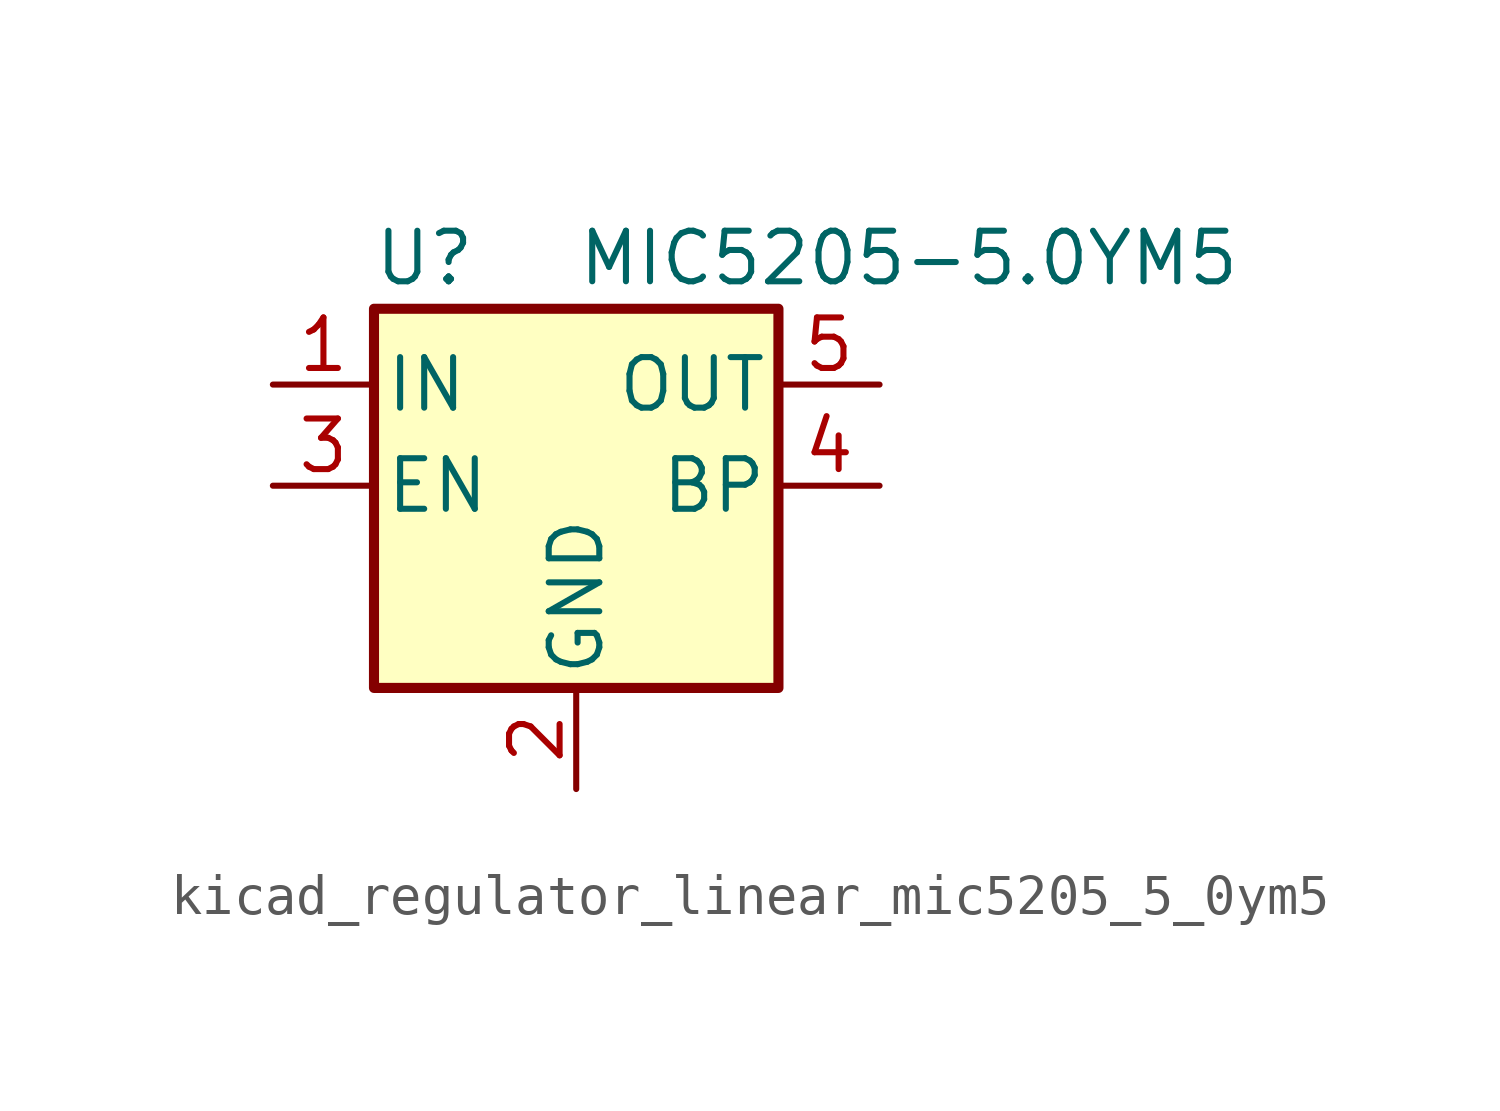
<source format=kicad_sym>
(kicad_symbol_lib
  (version 20220914)
  (generator kicad_symbol_editor)
  (symbol "kicad_regulator_linear_mic5205_5_0ym5"
    (pin_names
      (offset 0.254))
    (property "Reference" "U"
      (at -3.81 5.715 0)
      (effects (font (size 1.27 1.27))))
    (property "Value" "MIC5205-5.0YM5"
      (at 0 5.715 0)
      (effects (font (size 1.27 1.27)) (justify left)))
    (symbol "kicad_regulator_linear_mic5205_5_0ym5_0_1"
      (rectangle (start -5.08 4.445) (end 5.08 -5.08) (stroke (width 0.254) (type default)) (fill (type background))))
    (symbol "kicad_regulator_linear_mic5205_5_0ym5_1_1"
      (pin power_in line (at -7.62 2.54 0) (length 2.54) (name "IN" (effects (font (size 1.27 1.27)))) (number "1" (effects (font (size 1.27 1.27)))))
      (pin power_in line (at 0 -7.62 90) (length 2.54) (name "GND" (effects (font (size 1.27 1.27)))) (number "2" (effects (font (size 1.27 1.27)))))
      (pin input line (at -7.62 0 0) (length 2.54) (name "EN" (effects (font (size 1.27 1.27)))) (number "3" (effects (font (size 1.27 1.27)))))
      (pin input line (at 7.62 0 180) (length 2.54) (name "BP" (effects (font (size 1.27 1.27)))) (number "4" (effects (font (size 1.27 1.27)))))
      (pin power_out line (at 7.62 2.54 180) (length 2.54) (name "OUT" (effects (font (size 1.27 1.27)))) (number "5" (effects (font (size 1.27 1.27))))))))
</source>
